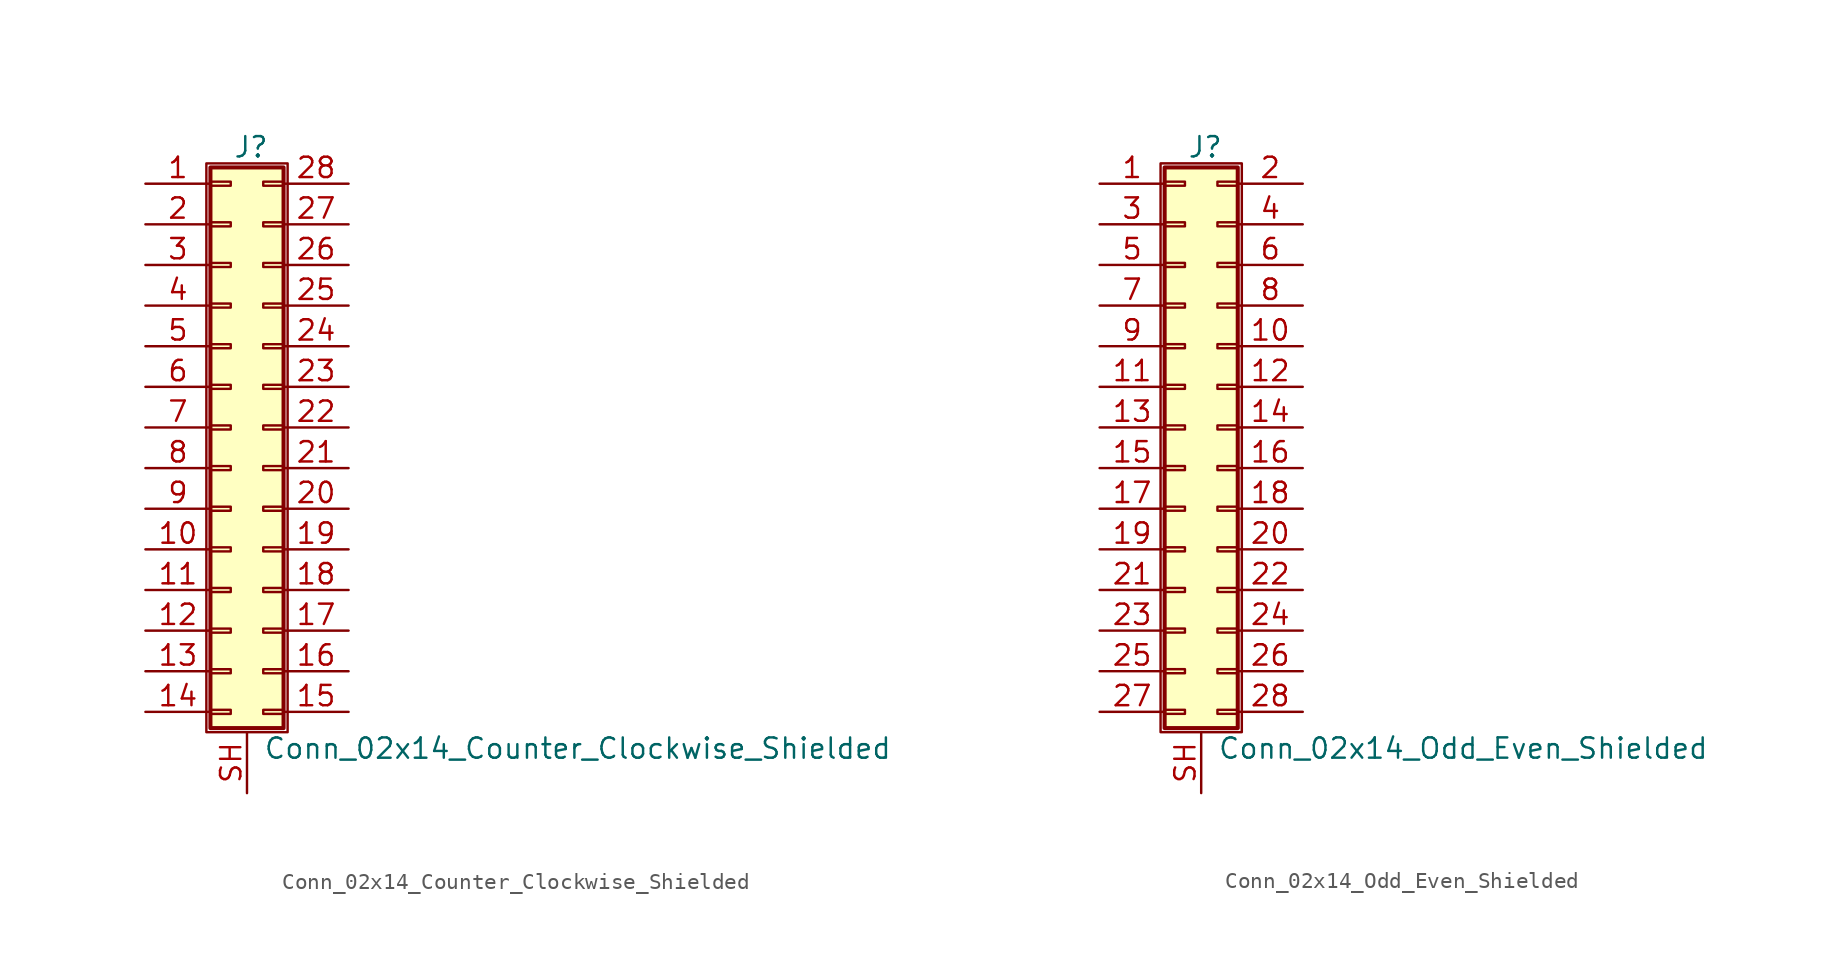
<source format=kicad_sym>
(kicad_symbol_lib
  (version 20201005)
  (generator kicad_symbol_editor)
  (symbol "Conn_02x14_Counter_Clockwise_Shielded"
    (pin_names
      (offset 1.016) hide)
    (property "Reference" "J"
      (at 1.524 17.526 0)
      (effects (font (size 1.27 1.27))))
    (property "Value" "Conn_02x14_Counter_Clockwise_Shielded"
      (at 2.286 -20.066 0)
      (effects (font (size 1.27 1.27)) (justify left)))
    (symbol "Conn_02x14_Counter_Clockwise_Shielded_1_1"
      (rectangle (start -1.27 16.51) (end 3.81 -19.05) (stroke (width 0.152)) (fill (type none)))
      (rectangle (start -1.016 -17.653) (end 0.254 -17.907) (stroke (width 0.152)) (fill (type none)))
      (rectangle (start -1.016 -15.113) (end 0.254 -15.367) (stroke (width 0.152)) (fill (type none)))
      (rectangle (start -1.016 -12.573) (end 0.254 -12.827) (stroke (width 0.152)) (fill (type none)))
      (rectangle (start -1.016 -10.033) (end 0.254 -10.287) (stroke (width 0.152)) (fill (type none)))
      (rectangle (start -1.016 -7.493) (end 0.254 -7.747) (stroke (width 0.152)) (fill (type none)))
      (rectangle (start -1.016 -4.953) (end 0.254 -5.207) (stroke (width 0.152)) (fill (type none)))
      (rectangle (start -1.016 -2.413) (end 0.254 -2.667) (stroke (width 0.152)) (fill (type none)))
      (rectangle (start -1.016 0.127) (end 0.254 -0.127) (stroke (width 0.152)) (fill (type none)))
      (rectangle (start -1.016 2.667) (end 0.254 2.413) (stroke (width 0.152)) (fill (type none)))
      (rectangle (start -1.016 5.207) (end 0.254 4.953) (stroke (width 0.152)) (fill (type none)))
      (rectangle (start -1.016 7.747) (end 0.254 7.493) (stroke (width 0.152)) (fill (type none)))
      (rectangle (start -1.016 10.287) (end 0.254 10.033) (stroke (width 0.152)) (fill (type none)))
      (rectangle (start -1.016 12.827) (end 0.254 12.573) (stroke (width 0.152)) (fill (type none)))
      (rectangle (start -1.016 15.367) (end 0.254 15.113) (stroke (width 0.152)) (fill (type none)))
      (rectangle (start 3.556 -17.653) (end 2.286 -17.907) (stroke (width 0.152)) (fill (type none)))
      (rectangle (start 3.556 -15.113) (end 2.286 -15.367) (stroke (width 0.152)) (fill (type none)))
      (rectangle (start 3.556 -12.573) (end 2.286 -12.827) (stroke (width 0.152)) (fill (type none)))
      (rectangle (start 3.556 -10.033) (end 2.286 -10.287) (stroke (width 0.152)) (fill (type none)))
      (rectangle (start 3.556 -7.493) (end 2.286 -7.747) (stroke (width 0.152)) (fill (type none)))
      (rectangle (start 3.556 -4.953) (end 2.286 -5.207) (stroke (width 0.152)) (fill (type none)))
      (rectangle (start 3.556 -2.413) (end 2.286 -2.667) (stroke (width 0.152)) (fill (type none)))
      (rectangle (start 3.556 0.127) (end 2.286 -0.127) (stroke (width 0.152)) (fill (type none)))
      (rectangle (start 3.556 2.667) (end 2.286 2.413) (stroke (width 0.152)) (fill (type none)))
      (rectangle (start 3.556 5.207) (end 2.286 4.953) (stroke (width 0.152)) (fill (type none)))
      (rectangle (start 3.556 7.747) (end 2.286 7.493) (stroke (width 0.152)) (fill (type none)))
      (rectangle (start 3.556 10.287) (end 2.286 10.033) (stroke (width 0.152)) (fill (type none)))
      (rectangle (start 3.556 12.827) (end 2.286 12.573) (stroke (width 0.152)) (fill (type none)))
      (rectangle (start 3.556 15.367) (end 2.286 15.113) (stroke (width 0.152)) (fill (type none)))
      (rectangle (start -1.016 16.256) (end 3.556 -18.796) (stroke (width 0.254)) (fill (type background)))
      (pin passive line (at -5.08 15.24 0) (length 4.064) (name "Pin_1" (effects (font (size 1.27 1.27)))) (number "1" (effects (font (size 1.27 1.27)))))
      (pin passive line (at -5.08 -7.62 0) (length 4.064) (name "Pin_10" (effects (font (size 1.27 1.27)))) (number "10" (effects (font (size 1.27 1.27)))))
      (pin passive line (at -5.08 -10.16 0) (length 4.064) (name "Pin_11" (effects (font (size 1.27 1.27)))) (number "11" (effects (font (size 1.27 1.27)))))
      (pin passive line (at -5.08 -12.7 0) (length 4.064) (name "Pin_12" (effects (font (size 1.27 1.27)))) (number "12" (effects (font (size 1.27 1.27)))))
      (pin passive line (at -5.08 -15.24 0) (length 4.064) (name "Pin_13" (effects (font (size 1.27 1.27)))) (number "13" (effects (font (size 1.27 1.27)))))
      (pin passive line (at -5.08 -17.78 0) (length 4.064) (name "Pin_14" (effects (font (size 1.27 1.27)))) (number "14" (effects (font (size 1.27 1.27)))))
      (pin passive line (at 7.62 -17.78 180) (length 4.064) (name "Pin_15" (effects (font (size 1.27 1.27)))) (number "15" (effects (font (size 1.27 1.27)))))
      (pin passive line (at 7.62 -15.24 180) (length 4.064) (name "Pin_16" (effects (font (size 1.27 1.27)))) (number "16" (effects (font (size 1.27 1.27)))))
      (pin passive line (at 7.62 -12.7 180) (length 4.064) (name "Pin_17" (effects (font (size 1.27 1.27)))) (number "17" (effects (font (size 1.27 1.27)))))
      (pin passive line (at 7.62 -10.16 180) (length 4.064) (name "Pin_18" (effects (font (size 1.27 1.27)))) (number "18" (effects (font (size 1.27 1.27)))))
      (pin passive line (at 7.62 -7.62 180) (length 4.064) (name "Pin_19" (effects (font (size 1.27 1.27)))) (number "19" (effects (font (size 1.27 1.27)))))
      (pin passive line (at -5.08 12.7 0) (length 4.064) (name "Pin_2" (effects (font (size 1.27 1.27)))) (number "2" (effects (font (size 1.27 1.27)))))
      (pin passive line (at 7.62 -5.08 180) (length 4.064) (name "Pin_20" (effects (font (size 1.27 1.27)))) (number "20" (effects (font (size 1.27 1.27)))))
      (pin passive line (at 7.62 -2.54 180) (length 4.064) (name "Pin_21" (effects (font (size 1.27 1.27)))) (number "21" (effects (font (size 1.27 1.27)))))
      (pin passive line (at 7.62 0 180) (length 4.064) (name "Pin_22" (effects (font (size 1.27 1.27)))) (number "22" (effects (font (size 1.27 1.27)))))
      (pin passive line (at 7.62 2.54 180) (length 4.064) (name "Pin_23" (effects (font (size 1.27 1.27)))) (number "23" (effects (font (size 1.27 1.27)))))
      (pin passive line (at 7.62 5.08 180) (length 4.064) (name "Pin_24" (effects (font (size 1.27 1.27)))) (number "24" (effects (font (size 1.27 1.27)))))
      (pin passive line (at 7.62 7.62 180) (length 4.064) (name "Pin_25" (effects (font (size 1.27 1.27)))) (number "25" (effects (font (size 1.27 1.27)))))
      (pin passive line (at 7.62 10.16 180) (length 4.064) (name "Pin_26" (effects (font (size 1.27 1.27)))) (number "26" (effects (font (size 1.27 1.27)))))
      (pin passive line (at 7.62 12.7 180) (length 4.064) (name "Pin_27" (effects (font (size 1.27 1.27)))) (number "27" (effects (font (size 1.27 1.27)))))
      (pin passive line (at 7.62 15.24 180) (length 4.064) (name "Pin_28" (effects (font (size 1.27 1.27)))) (number "28" (effects (font (size 1.27 1.27)))))
      (pin passive line (at -5.08 10.16 0) (length 4.064) (name "Pin_3" (effects (font (size 1.27 1.27)))) (number "3" (effects (font (size 1.27 1.27)))))
      (pin passive line (at -5.08 7.62 0) (length 4.064) (name "Pin_4" (effects (font (size 1.27 1.27)))) (number "4" (effects (font (size 1.27 1.27)))))
      (pin passive line (at -5.08 5.08 0) (length 4.064) (name "Pin_5" (effects (font (size 1.27 1.27)))) (number "5" (effects (font (size 1.27 1.27)))))
      (pin passive line (at -5.08 2.54 0) (length 4.064) (name "Pin_6" (effects (font (size 1.27 1.27)))) (number "6" (effects (font (size 1.27 1.27)))))
      (pin passive line (at -5.08 0 0) (length 4.064) (name "Pin_7" (effects (font (size 1.27 1.27)))) (number "7" (effects (font (size 1.27 1.27)))))
      (pin passive line (at -5.08 -2.54 0) (length 4.064) (name "Pin_8" (effects (font (size 1.27 1.27)))) (number "8" (effects (font (size 1.27 1.27)))))
      (pin passive line (at -5.08 -5.08 0) (length 4.064) (name "Pin_9" (effects (font (size 1.27 1.27)))) (number "9" (effects (font (size 1.27 1.27)))))
      (pin passive line (at 1.27 -22.86 90) (length 3.81) (name "Shield" (effects (font (size 1.27 1.27)))) (number "SH" (effects (font (size 1.27 1.27)))))))
  (symbol "Conn_02x14_Odd_Even_Shielded"
    (pin_names
      (offset 1.016) hide)
    (property "Reference" "J"
      (at 1.524 17.526 0)
      (effects (font (size 1.27 1.27))))
    (property "Value" "Conn_02x14_Odd_Even_Shielded"
      (at 2.286 -20.066 0)
      (effects (font (size 1.27 1.27)) (justify left)))
    (symbol "Conn_02x14_Odd_Even_Shielded_1_1"
      (rectangle (start -1.27 16.51) (end 3.81 -19.05) (stroke (width 0.152)) (fill (type none)))
      (rectangle (start -1.016 -17.653) (end 0.254 -17.907) (stroke (width 0.152)) (fill (type none)))
      (rectangle (start -1.016 -15.113) (end 0.254 -15.367) (stroke (width 0.152)) (fill (type none)))
      (rectangle (start -1.016 -12.573) (end 0.254 -12.827) (stroke (width 0.152)) (fill (type none)))
      (rectangle (start -1.016 -10.033) (end 0.254 -10.287) (stroke (width 0.152)) (fill (type none)))
      (rectangle (start -1.016 -7.493) (end 0.254 -7.747) (stroke (width 0.152)) (fill (type none)))
      (rectangle (start -1.016 -4.953) (end 0.254 -5.207) (stroke (width 0.152)) (fill (type none)))
      (rectangle (start -1.016 -2.413) (end 0.254 -2.667) (stroke (width 0.152)) (fill (type none)))
      (rectangle (start -1.016 0.127) (end 0.254 -0.127) (stroke (width 0.152)) (fill (type none)))
      (rectangle (start -1.016 2.667) (end 0.254 2.413) (stroke (width 0.152)) (fill (type none)))
      (rectangle (start -1.016 5.207) (end 0.254 4.953) (stroke (width 0.152)) (fill (type none)))
      (rectangle (start -1.016 7.747) (end 0.254 7.493) (stroke (width 0.152)) (fill (type none)))
      (rectangle (start -1.016 10.287) (end 0.254 10.033) (stroke (width 0.152)) (fill (type none)))
      (rectangle (start -1.016 12.827) (end 0.254 12.573) (stroke (width 0.152)) (fill (type none)))
      (rectangle (start -1.016 15.367) (end 0.254 15.113) (stroke (width 0.152)) (fill (type none)))
      (rectangle (start 3.556 -17.653) (end 2.286 -17.907) (stroke (width 0.152)) (fill (type none)))
      (rectangle (start 3.556 -15.113) (end 2.286 -15.367) (stroke (width 0.152)) (fill (type none)))
      (rectangle (start 3.556 -12.573) (end 2.286 -12.827) (stroke (width 0.152)) (fill (type none)))
      (rectangle (start 3.556 -10.033) (end 2.286 -10.287) (stroke (width 0.152)) (fill (type none)))
      (rectangle (start 3.556 -7.493) (end 2.286 -7.747) (stroke (width 0.152)) (fill (type none)))
      (rectangle (start 3.556 -4.953) (end 2.286 -5.207) (stroke (width 0.152)) (fill (type none)))
      (rectangle (start 3.556 -2.413) (end 2.286 -2.667) (stroke (width 0.152)) (fill (type none)))
      (rectangle (start 3.556 0.127) (end 2.286 -0.127) (stroke (width 0.152)) (fill (type none)))
      (rectangle (start 3.556 2.667) (end 2.286 2.413) (stroke (width 0.152)) (fill (type none)))
      (rectangle (start 3.556 5.207) (end 2.286 4.953) (stroke (width 0.152)) (fill (type none)))
      (rectangle (start 3.556 7.747) (end 2.286 7.493) (stroke (width 0.152)) (fill (type none)))
      (rectangle (start 3.556 10.287) (end 2.286 10.033) (stroke (width 0.152)) (fill (type none)))
      (rectangle (start 3.556 12.827) (end 2.286 12.573) (stroke (width 0.152)) (fill (type none)))
      (rectangle (start 3.556 15.367) (end 2.286 15.113) (stroke (width 0.152)) (fill (type none)))
      (rectangle (start -1.016 16.256) (end 3.556 -18.796) (stroke (width 0.254)) (fill (type background)))
      (pin passive line (at -5.08 15.24 0) (length 4.064) (name "Pin_1" (effects (font (size 1.27 1.27)))) (number "1" (effects (font (size 1.27 1.27)))))
      (pin passive line (at 7.62 5.08 180) (length 4.064) (name "Pin_10" (effects (font (size 1.27 1.27)))) (number "10" (effects (font (size 1.27 1.27)))))
      (pin passive line (at -5.08 2.54 0) (length 4.064) (name "Pin_11" (effects (font (size 1.27 1.27)))) (number "11" (effects (font (size 1.27 1.27)))))
      (pin passive line (at 7.62 2.54 180) (length 4.064) (name "Pin_12" (effects (font (size 1.27 1.27)))) (number "12" (effects (font (size 1.27 1.27)))))
      (pin passive line (at -5.08 0 0) (length 4.064) (name "Pin_13" (effects (font (size 1.27 1.27)))) (number "13" (effects (font (size 1.27 1.27)))))
      (pin passive line (at 7.62 0 180) (length 4.064) (name "Pin_14" (effects (font (size 1.27 1.27)))) (number "14" (effects (font (size 1.27 1.27)))))
      (pin passive line (at -5.08 -2.54 0) (length 4.064) (name "Pin_15" (effects (font (size 1.27 1.27)))) (number "15" (effects (font (size 1.27 1.27)))))
      (pin passive line (at 7.62 -2.54 180) (length 4.064) (name "Pin_16" (effects (font (size 1.27 1.27)))) (number "16" (effects (font (size 1.27 1.27)))))
      (pin passive line (at -5.08 -5.08 0) (length 4.064) (name "Pin_17" (effects (font (size 1.27 1.27)))) (number "17" (effects (font (size 1.27 1.27)))))
      (pin passive line (at 7.62 -5.08 180) (length 4.064) (name "Pin_18" (effects (font (size 1.27 1.27)))) (number "18" (effects (font (size 1.27 1.27)))))
      (pin passive line (at -5.08 -7.62 0) (length 4.064) (name "Pin_19" (effects (font (size 1.27 1.27)))) (number "19" (effects (font (size 1.27 1.27)))))
      (pin passive line (at 7.62 15.24 180) (length 4.064) (name "Pin_2" (effects (font (size 1.27 1.27)))) (number "2" (effects (font (size 1.27 1.27)))))
      (pin passive line (at 7.62 -7.62 180) (length 4.064) (name "Pin_20" (effects (font (size 1.27 1.27)))) (number "20" (effects (font (size 1.27 1.27)))))
      (pin passive line (at -5.08 -10.16 0) (length 4.064) (name "Pin_21" (effects (font (size 1.27 1.27)))) (number "21" (effects (font (size 1.27 1.27)))))
      (pin passive line (at 7.62 -10.16 180) (length 4.064) (name "Pin_22" (effects (font (size 1.27 1.27)))) (number "22" (effects (font (size 1.27 1.27)))))
      (pin passive line (at -5.08 -12.7 0) (length 4.064) (name "Pin_23" (effects (font (size 1.27 1.27)))) (number "23" (effects (font (size 1.27 1.27)))))
      (pin passive line (at 7.62 -12.7 180) (length 4.064) (name "Pin_24" (effects (font (size 1.27 1.27)))) (number "24" (effects (font (size 1.27 1.27)))))
      (pin passive line (at -5.08 -15.24 0) (length 4.064) (name "Pin_25" (effects (font (size 1.27 1.27)))) (number "25" (effects (font (size 1.27 1.27)))))
      (pin passive line (at 7.62 -15.24 180) (length 4.064) (name "Pin_26" (effects (font (size 1.27 1.27)))) (number "26" (effects (font (size 1.27 1.27)))))
      (pin passive line (at -5.08 -17.78 0) (length 4.064) (name "Pin_27" (effects (font (size 1.27 1.27)))) (number "27" (effects (font (size 1.27 1.27)))))
      (pin passive line (at 7.62 -17.78 180) (length 4.064) (name "Pin_28" (effects (font (size 1.27 1.27)))) (number "28" (effects (font (size 1.27 1.27)))))
      (pin passive line (at -5.08 12.7 0) (length 4.064) (name "Pin_3" (effects (font (size 1.27 1.27)))) (number "3" (effects (font (size 1.27 1.27)))))
      (pin passive line (at 7.62 12.7 180) (length 4.064) (name "Pin_4" (effects (font (size 1.27 1.27)))) (number "4" (effects (font (size 1.27 1.27)))))
      (pin passive line (at -5.08 10.16 0) (length 4.064) (name "Pin_5" (effects (font (size 1.27 1.27)))) (number "5" (effects (font (size 1.27 1.27)))))
      (pin passive line (at 7.62 10.16 180) (length 4.064) (name "Pin_6" (effects (font (size 1.27 1.27)))) (number "6" (effects (font (size 1.27 1.27)))))
      (pin passive line (at -5.08 7.62 0) (length 4.064) (name "Pin_7" (effects (font (size 1.27 1.27)))) (number "7" (effects (font (size 1.27 1.27)))))
      (pin passive line (at 7.62 7.62 180) (length 4.064) (name "Pin_8" (effects (font (size 1.27 1.27)))) (number "8" (effects (font (size 1.27 1.27)))))
      (pin passive line (at -5.08 5.08 0) (length 4.064) (name "Pin_9" (effects (font (size 1.27 1.27)))) (number "9" (effects (font (size 1.27 1.27)))))
      (pin passive line (at 1.27 -22.86 90) (length 3.81) (name "Shield" (effects (font (size 1.27 1.27)))) (number "SH" (effects (font (size 1.27 1.27))))))))
</source>
